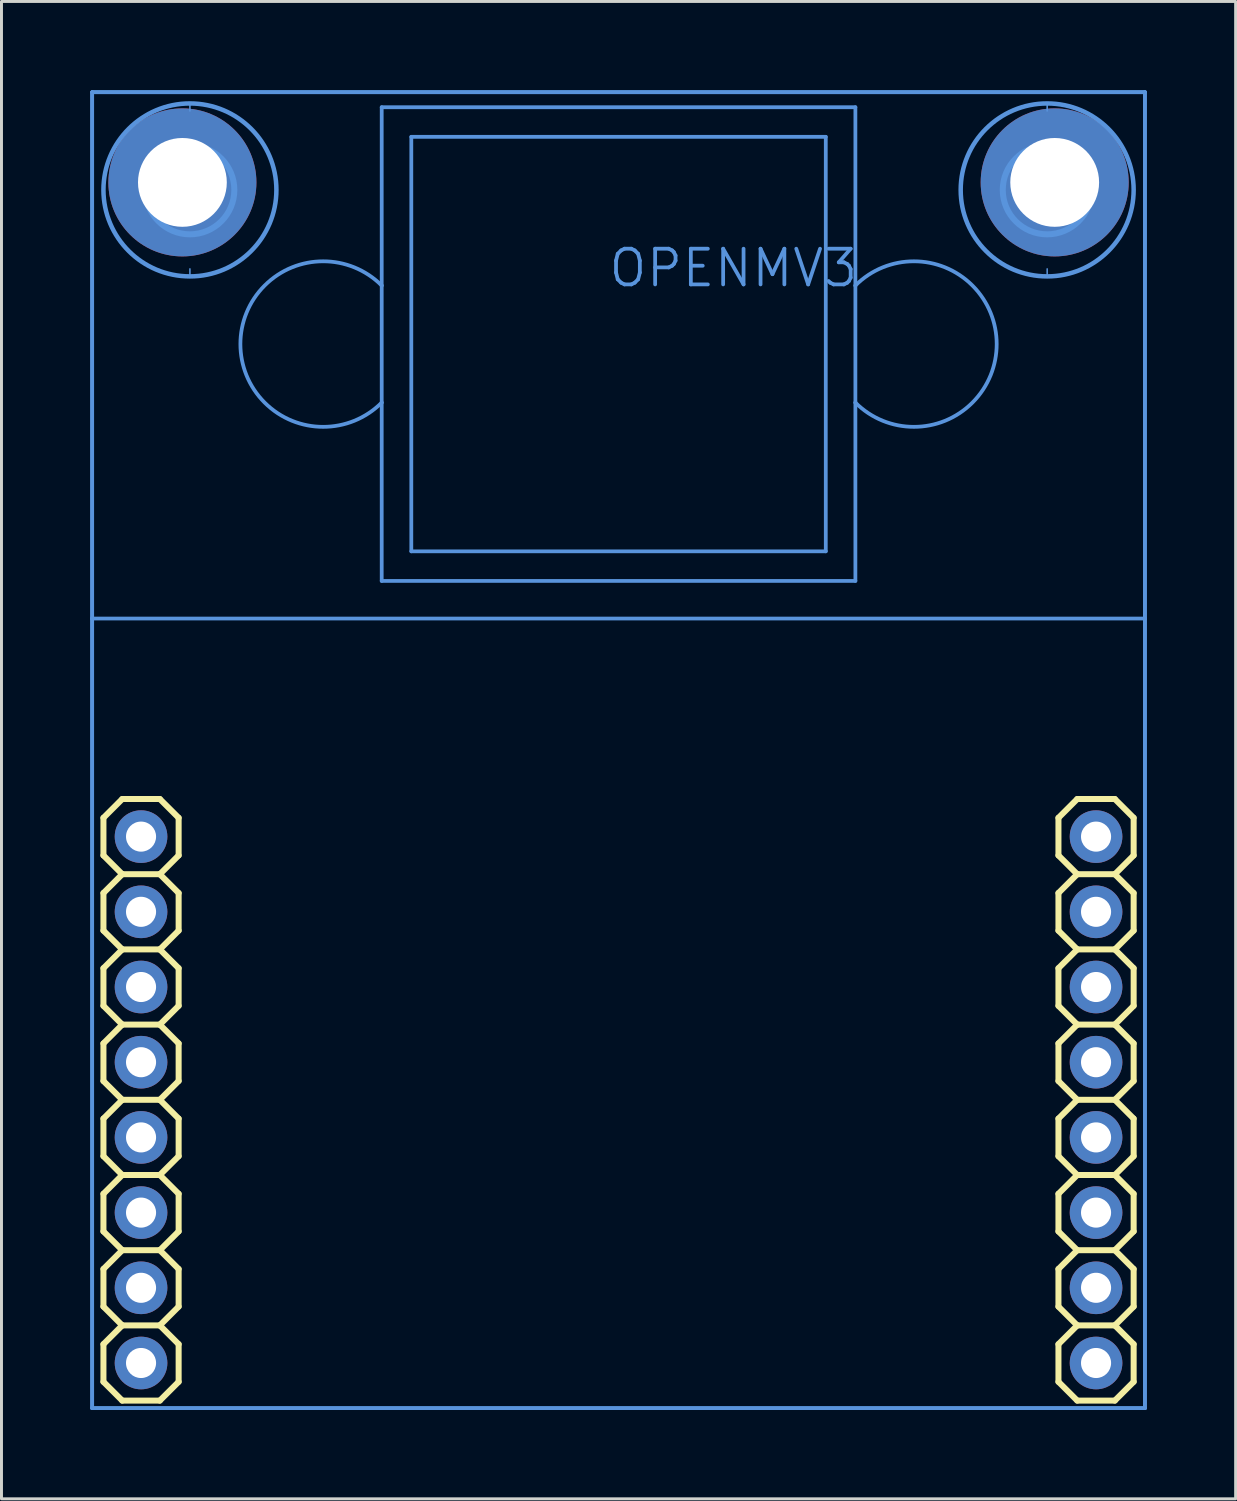
<source format=kicad_pcb>
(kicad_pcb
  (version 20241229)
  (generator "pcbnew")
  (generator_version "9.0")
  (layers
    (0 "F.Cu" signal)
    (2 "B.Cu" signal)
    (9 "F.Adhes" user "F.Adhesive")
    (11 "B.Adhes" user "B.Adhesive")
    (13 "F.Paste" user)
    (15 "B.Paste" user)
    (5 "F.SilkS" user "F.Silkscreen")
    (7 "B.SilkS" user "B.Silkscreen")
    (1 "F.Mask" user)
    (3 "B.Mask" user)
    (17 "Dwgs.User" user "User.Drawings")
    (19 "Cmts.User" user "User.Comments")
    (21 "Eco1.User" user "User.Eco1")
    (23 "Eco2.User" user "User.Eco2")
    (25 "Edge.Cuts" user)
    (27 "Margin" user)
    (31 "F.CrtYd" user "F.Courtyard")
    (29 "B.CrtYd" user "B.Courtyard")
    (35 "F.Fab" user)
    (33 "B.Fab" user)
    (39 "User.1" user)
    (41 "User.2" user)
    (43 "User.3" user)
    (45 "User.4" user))
  (footprint "OPENMV3"
    (layer "F.Cu")
    (at 32.575 3.111)
    (property "Reference" "OPENMV3" (at -15.13 3.6 0) (layer "Cmts.User") (effects (font (size 1.206 1.206) (thickness 0.127)) (justify left bottom)))
    (attr through_hole)
    (fp_line (start -32.131 21.463) (end -32.131 22.733) (stroke (width 0.203) (type solid)) (layer "F.SilkS"))
    (fp_line (start -32.131 22.733) (end -31.496 23.368) (stroke (width 0.203) (type solid)) (layer "F.SilkS"))
    (fp_line (start -32.131 24.003) (end -32.131 25.273) (stroke (width 0.203) (type solid)) (layer "F.SilkS"))
    (fp_line (start -32.131 25.273) (end -31.496 25.908) (stroke (width 0.203) (type solid)) (layer "F.SilkS"))
    (fp_line (start -32.131 26.543) (end -32.131 27.813) (stroke (width 0.203) (type solid)) (layer "F.SilkS"))
    (fp_line (start -32.131 27.813) (end -31.496 28.448) (stroke (width 0.203) (type solid)) (layer "F.SilkS"))
    (fp_line (start -32.131 29.083) (end -32.131 30.353) (stroke (width 0.203) (type solid)) (layer "F.SilkS"))
    (fp_line (start -32.131 30.353) (end -31.496 30.988) (stroke (width 0.203) (type solid)) (layer "F.SilkS"))
    (fp_line (start -32.131 31.623) (end -32.131 32.893) (stroke (width 0.203) (type solid)) (layer "F.SilkS"))
    (fp_line (start -32.131 32.893) (end -31.496 33.528) (stroke (width 0.203) (type solid)) (layer "F.SilkS"))
    (fp_line (start -32.131 34.163) (end -32.131 35.433) (stroke (width 0.203) (type solid)) (layer "F.SilkS"))
    (fp_line (start -32.131 35.433) (end -31.496 36.068) (stroke (width 0.203) (type solid)) (layer "F.SilkS"))
    (fp_line (start -32.131 36.703) (end -32.131 37.973) (stroke (width 0.203) (type solid)) (layer "F.SilkS"))
    (fp_line (start -32.131 37.973) (end -31.496 38.608) (stroke (width 0.203) (type solid)) (layer "F.SilkS"))
    (fp_line (start -32.131 39.243) (end -32.131 40.513) (stroke (width 0.203) (type solid)) (layer "F.SilkS"))
    (fp_line (start -32.131 40.513) (end -31.496 41.148) (stroke (width 0.203) (type solid)) (layer "F.SilkS"))
    (fp_line (start -31.496 20.828) (end -32.131 21.463) (stroke (width 0.203) (type solid)) (layer "F.SilkS"))
    (fp_line (start -31.496 20.828) (end -30.226 20.828) (stroke (width 0.203) (type solid)) (layer "F.SilkS"))
    (fp_line (start -31.496 23.368) (end -32.131 24.003) (stroke (width 0.203) (type solid)) (layer "F.SilkS"))
    (fp_line (start -31.496 25.908) (end -32.131 26.543) (stroke (width 0.203) (type solid)) (layer "F.SilkS"))
    (fp_line (start -31.496 28.448) (end -32.131 29.083) (stroke (width 0.203) (type solid)) (layer "F.SilkS"))
    (fp_line (start -31.496 30.988) (end -32.131 31.623) (stroke (width 0.203) (type solid)) (layer "F.SilkS"))
    (fp_line (start -31.496 33.528) (end -32.131 34.163) (stroke (width 0.203) (type solid)) (layer "F.SilkS"))
    (fp_line (start -31.496 36.068) (end -32.131 36.703) (stroke (width 0.203) (type solid)) (layer "F.SilkS"))
    (fp_line (start -31.496 38.608) (end -32.131 39.243) (stroke (width 0.203) (type solid)) (layer "F.SilkS"))
    (fp_line (start -30.226 20.828) (end -29.591 21.463) (stroke (width 0.203) (type solid)) (layer "F.SilkS"))
    (fp_line (start -30.226 23.368) (end -31.496 23.368) (stroke (width 0.203) (type solid)) (layer "F.SilkS"))
    (fp_line (start -30.226 23.368) (end -29.591 24.003) (stroke (width 0.203) (type solid)) (layer "F.SilkS"))
    (fp_line (start -30.226 25.908) (end -31.496 25.908) (stroke (width 0.203) (type solid)) (layer "F.SilkS"))
    (fp_line (start -30.226 25.908) (end -29.591 26.543) (stroke (width 0.203) (type solid)) (layer "F.SilkS"))
    (fp_line (start -30.226 28.448) (end -31.496 28.448) (stroke (width 0.203) (type solid)) (layer "F.SilkS"))
    (fp_line (start -30.226 28.448) (end -29.591 29.083) (stroke (width 0.203) (type solid)) (layer "F.SilkS"))
    (fp_line (start -30.226 30.988) (end -31.496 30.988) (stroke (width 0.203) (type solid)) (layer "F.SilkS"))
    (fp_line (start -30.226 30.988) (end -29.591 31.623) (stroke (width 0.203) (type solid)) (layer "F.SilkS"))
    (fp_line (start -30.226 33.528) (end -31.496 33.528) (stroke (width 0.203) (type solid)) (layer "F.SilkS"))
    (fp_line (start -30.226 33.528) (end -29.591 34.163) (stroke (width 0.203) (type solid)) (layer "F.SilkS"))
    (fp_line (start -30.226 36.068) (end -31.496 36.068) (stroke (width 0.203) (type solid)) (layer "F.SilkS"))
    (fp_line (start -30.226 36.068) (end -29.591 36.703) (stroke (width 0.203) (type solid)) (layer "F.SilkS"))
    (fp_line (start -30.226 38.608) (end -31.496 38.608) (stroke (width 0.203) (type solid)) (layer "F.SilkS"))
    (fp_line (start -30.226 38.608) (end -29.591 39.243) (stroke (width 0.203) (type solid)) (layer "F.SilkS"))
    (fp_line (start -30.226 41.148) (end -31.496 41.148) (stroke (width 0.203) (type solid)) (layer "F.SilkS"))
    (fp_line (start -29.591 21.463) (end -29.591 22.733) (stroke (width 0.203) (type solid)) (layer "F.SilkS"))
    (fp_line (start -29.591 22.733) (end -30.226 23.368) (stroke (width 0.203) (type solid)) (layer "F.SilkS"))
    (fp_line (start -29.591 24.003) (end -29.591 25.273) (stroke (width 0.203) (type solid)) (layer "F.SilkS"))
    (fp_line (start -29.591 25.273) (end -30.226 25.908) (stroke (width 0.203) (type solid)) (layer "F.SilkS"))
    (fp_line (start -29.591 26.543) (end -29.591 27.813) (stroke (width 0.203) (type solid)) (layer "F.SilkS"))
    (fp_line (start -29.591 27.813) (end -30.226 28.448) (stroke (width 0.203) (type solid)) (layer "F.SilkS"))
    (fp_line (start -29.591 29.083) (end -29.591 30.353) (stroke (width 0.203) (type solid)) (layer "F.SilkS"))
    (fp_line (start -29.591 30.353) (end -30.226 30.988) (stroke (width 0.203) (type solid)) (layer "F.SilkS"))
    (fp_line (start -29.591 31.623) (end -29.591 32.893) (stroke (width 0.203) (type solid)) (layer "F.SilkS"))
    (fp_line (start -29.591 32.893) (end -30.226 33.528) (stroke (width 0.203) (type solid)) (layer "F.SilkS"))
    (fp_line (start -29.591 34.163) (end -29.591 35.433) (stroke (width 0.203) (type solid)) (layer "F.SilkS"))
    (fp_line (start -29.591 35.433) (end -30.226 36.068) (stroke (width 0.203) (type solid)) (layer "F.SilkS"))
    (fp_line (start -29.591 36.703) (end -29.591 37.973) (stroke (width 0.203) (type solid)) (layer "F.SilkS"))
    (fp_line (start -29.591 37.973) (end -30.226 38.608) (stroke (width 0.203) (type solid)) (layer "F.SilkS"))
    (fp_line (start -29.591 39.243) (end -29.591 40.513) (stroke (width 0.203) (type solid)) (layer "F.SilkS"))
    (fp_line (start -29.591 40.513) (end -30.226 41.148) (stroke (width 0.203) (type solid)) (layer "F.SilkS"))
    (fp_line (start 0.127 21.463) (end 0.127 22.733) (stroke (width 0.203) (type solid)) (layer "F.SilkS"))
    (fp_line (start 0.127 22.733) (end 0.762 23.368) (stroke (width 0.203) (type solid)) (layer "F.SilkS"))
    (fp_line (start 0.127 24.003) (end 0.127 25.273) (stroke (width 0.203) (type solid)) (layer "F.SilkS"))
    (fp_line (start 0.127 25.273) (end 0.762 25.908) (stroke (width 0.203) (type solid)) (layer "F.SilkS"))
    (fp_line (start 0.127 26.543) (end 0.127 27.813) (stroke (width 0.203) (type solid)) (layer "F.SilkS"))
    (fp_line (start 0.127 27.813) (end 0.762 28.448) (stroke (width 0.203) (type solid)) (layer "F.SilkS"))
    (fp_line (start 0.127 29.083) (end 0.127 30.353) (stroke (width 0.203) (type solid)) (layer "F.SilkS"))
    (fp_line (start 0.127 30.353) (end 0.762 30.988) (stroke (width 0.203) (type solid)) (layer "F.SilkS"))
    (fp_line (start 0.127 31.623) (end 0.127 32.893) (stroke (width 0.203) (type solid)) (layer "F.SilkS"))
    (fp_line (start 0.127 32.893) (end 0.762 33.528) (stroke (width 0.203) (type solid)) (layer "F.SilkS"))
    (fp_line (start 0.127 34.163) (end 0.127 35.433) (stroke (width 0.203) (type solid)) (layer "F.SilkS"))
    (fp_line (start 0.127 35.433) (end 0.762 36.068) (stroke (width 0.203) (type solid)) (layer "F.SilkS"))
    (fp_line (start 0.127 36.703) (end 0.127 37.973) (stroke (width 0.203) (type solid)) (layer "F.SilkS"))
    (fp_line (start 0.127 37.973) (end 0.762 38.608) (stroke (width 0.203) (type solid)) (layer "F.SilkS"))
    (fp_line (start 0.127 39.243) (end 0.127 40.513) (stroke (width 0.203) (type solid)) (layer "F.SilkS"))
    (fp_line (start 0.127 40.513) (end 0.762 41.148) (stroke (width 0.203) (type solid)) (layer "F.SilkS"))
    (fp_line (start 0.762 20.828) (end 0.127 21.463) (stroke (width 0.203) (type solid)) (layer "F.SilkS"))
    (fp_line (start 0.762 20.828) (end 2.032 20.828) (stroke (width 0.203) (type solid)) (layer "F.SilkS"))
    (fp_line (start 0.762 23.368) (end 0.127 24.003) (stroke (width 0.203) (type solid)) (layer "F.SilkS"))
    (fp_line (start 0.762 25.908) (end 0.127 26.543) (stroke (width 0.203) (type solid)) (layer "F.SilkS"))
    (fp_line (start 0.762 28.448) (end 0.127 29.083) (stroke (width 0.203) (type solid)) (layer "F.SilkS"))
    (fp_line (start 0.762 30.988) (end 0.127 31.623) (stroke (width 0.203) (type solid)) (layer "F.SilkS"))
    (fp_line (start 0.762 33.528) (end 0.127 34.163) (stroke (width 0.203) (type solid)) (layer "F.SilkS"))
    (fp_line (start 0.762 36.068) (end 0.127 36.703) (stroke (width 0.203) (type solid)) (layer "F.SilkS"))
    (fp_line (start 0.762 38.608) (end 0.127 39.243) (stroke (width 0.203) (type solid)) (layer "F.SilkS"))
    (fp_line (start 2.032 20.828) (end 2.667 21.463) (stroke (width 0.203) (type solid)) (layer "F.SilkS"))
    (fp_line (start 2.032 23.368) (end 0.762 23.368) (stroke (width 0.203) (type solid)) (layer "F.SilkS"))
    (fp_line (start 2.032 23.368) (end 2.667 24.003) (stroke (width 0.203) (type solid)) (layer "F.SilkS"))
    (fp_line (start 2.032 25.908) (end 0.762 25.908) (stroke (width 0.203) (type solid)) (layer "F.SilkS"))
    (fp_line (start 2.032 25.908) (end 2.667 26.543) (stroke (width 0.203) (type solid)) (layer "F.SilkS"))
    (fp_line (start 2.032 28.448) (end 0.762 28.448) (stroke (width 0.203) (type solid)) (layer "F.SilkS"))
    (fp_line (start 2.032 28.448) (end 2.667 29.083) (stroke (width 0.203) (type solid)) (layer "F.SilkS"))
    (fp_line (start 2.032 30.988) (end 0.762 30.988) (stroke (width 0.203) (type solid)) (layer "F.SilkS"))
    (fp_line (start 2.032 30.988) (end 2.667 31.623) (stroke (width 0.203) (type solid)) (layer "F.SilkS"))
    (fp_line (start 2.032 33.528) (end 0.762 33.528) (stroke (width 0.203) (type solid)) (layer "F.SilkS"))
    (fp_line (start 2.032 33.528) (end 2.667 34.163) (stroke (width 0.203) (type solid)) (layer "F.SilkS"))
    (fp_line (start 2.032 36.068) (end 0.762 36.068) (stroke (width 0.203) (type solid)) (layer "F.SilkS"))
    (fp_line (start 2.032 36.068) (end 2.667 36.703) (stroke (width 0.203) (type solid)) (layer "F.SilkS"))
    (fp_line (start 2.032 38.608) (end 0.762 38.608) (stroke (width 0.203) (type solid)) (layer "F.SilkS"))
    (fp_line (start 2.032 38.608) (end 2.667 39.243) (stroke (width 0.203) (type solid)) (layer "F.SilkS"))
    (fp_line (start 2.032 41.148) (end 0.762 41.148) (stroke (width 0.203) (type solid)) (layer "F.SilkS"))
    (fp_line (start 2.667 21.463) (end 2.667 22.733) (stroke (width 0.203) (type solid)) (layer "F.SilkS"))
    (fp_line (start 2.667 22.733) (end 2.032 23.368) (stroke (width 0.203) (type solid)) (layer "F.SilkS"))
    (fp_line (start 2.667 24.003) (end 2.667 25.273) (stroke (width 0.203) (type solid)) (layer "F.SilkS"))
    (fp_line (start 2.667 25.273) (end 2.032 25.908) (stroke (width 0.203) (type solid)) (layer "F.SilkS"))
    (fp_line (start 2.667 26.543) (end 2.667 27.813) (stroke (width 0.203) (type solid)) (layer "F.SilkS"))
    (fp_line (start 2.667 27.813) (end 2.032 28.448) (stroke (width 0.203) (type solid)) (layer "F.SilkS"))
    (fp_line (start 2.667 29.083) (end 2.667 30.353) (stroke (width 0.203) (type solid)) (layer "F.SilkS"))
    (fp_line (start 2.667 30.353) (end 2.032 30.988) (stroke (width 0.203) (type solid)) (layer "F.SilkS"))
    (fp_line (start 2.667 31.623) (end 2.667 32.893) (stroke (width 0.203) (type solid)) (layer "F.SilkS"))
    (fp_line (start 2.667 32.893) (end 2.032 33.528) (stroke (width 0.203) (type solid)) (layer "F.SilkS"))
    (fp_line (start 2.667 34.163) (end 2.667 35.433) (stroke (width 0.203) (type solid)) (layer "F.SilkS"))
    (fp_line (start 2.667 35.433) (end 2.032 36.068) (stroke (width 0.203) (type solid)) (layer "F.SilkS"))
    (fp_line (start 2.667 36.703) (end 2.667 37.973) (stroke (width 0.203) (type solid)) (layer "F.SilkS"))
    (fp_line (start 2.667 37.973) (end 2.032 38.608) (stroke (width 0.203) (type solid)) (layer "F.SilkS"))
    (fp_line (start 2.667 39.243) (end 2.667 40.513) (stroke (width 0.203) (type solid)) (layer "F.SilkS"))
    (fp_line (start 2.667 40.513) (end 2.032 41.148) (stroke (width 0.203) (type solid)) (layer "F.SilkS"))
    (fp_line (start -32.512 -3.048) (end 3.048 -3.048) (stroke (width 0.127) (type solid)) (layer "Cmts.User"))
    (fp_line (start -32.512 -3.048) (end 3.048 -3.048) (stroke (width 0.127) (type solid)) (layer "Cmts.User"))
    (fp_line (start -32.512 14.732) (end -32.512 -3.048) (stroke (width 0.127) (type solid)) (layer "Cmts.User"))
    (fp_line (start -32.512 14.732) (end -32.512 -3.048) (stroke (width 0.127) (type solid)) (layer "Cmts.User"))
    (fp_line (start -32.512 14.732) (end 3.048 14.732) (stroke (width 0.127) (type solid)) (layer "Cmts.User"))
    (fp_line (start -32.512 41.402) (end -32.512 14.732) (stroke (width 0.127) (type solid)) (layer "Cmts.User"))
    (fp_line (start -32.512 41.402) (end -32.512 14.732) (stroke (width 0.127) (type solid)) (layer "Cmts.User"))
    (fp_line (start -29.21 -2.667) (end -29.21 -2.413) (stroke (width 0.051) (type solid)) (layer "Cmts.User"))
    (fp_line (start -29.21 2.921) (end -29.21 3.175) (stroke (width 0.051) (type solid)) (layer "Cmts.User"))
    (fp_line (start -22.732 -2.539) (end -6.732 -2.539) (stroke (width 0.127) (type solid)) (layer "Cmts.User"))
    (fp_line (start -22.732 3.484) (end -22.732 -2.539) (stroke (width 0.127) (type solid)) (layer "Cmts.User"))
    (fp_line (start -22.732 7.438) (end -22.732 3.484) (stroke (width 0.127) (type solid)) (layer "Cmts.User"))
    (fp_line (start -22.732 13.461) (end -22.732 7.438) (stroke (width 0.127) (type solid)) (layer "Cmts.User"))
    (fp_line (start -21.732 -1.539) (end -21.732 12.461) (stroke (width 0.127) (type solid)) (layer "Cmts.User"))
    (fp_line (start -21.732 12.461) (end -7.732 12.461) (stroke (width 0.127) (type solid)) (layer "Cmts.User"))
    (fp_line (start -7.732 -1.539) (end -21.732 -1.539) (stroke (width 0.127) (type solid)) (layer "Cmts.User"))
    (fp_line (start -7.732 12.461) (end -7.732 -1.539) (stroke (width 0.127) (type solid)) (layer "Cmts.User"))
    (fp_line (start -6.732 -2.539) (end -6.732 3.484) (stroke (width 0.127) (type solid)) (layer "Cmts.User"))
    (fp_line (start -6.732 3.484) (end -6.732 7.438) (stroke (width 0.127) (type solid)) (layer "Cmts.User"))
    (fp_line (start -6.732 7.438) (end -6.732 13.461) (stroke (width 0.127) (type solid)) (layer "Cmts.User"))
    (fp_line (start -6.732 13.461) (end -22.732 13.461) (stroke (width 0.127) (type solid)) (layer "Cmts.User"))
    (fp_line (start -0.254 -2.667) (end -0.254 -2.413) (stroke (width 0.051) (type solid)) (layer "Cmts.User"))
    (fp_line (start -0.254 2.921) (end -0.254 3.175) (stroke (width 0.051) (type solid)) (layer "Cmts.User"))
    (fp_line (start 3.048 -3.048) (end 3.048 14.732) (stroke (width 0.127) (type solid)) (layer "Cmts.User"))
    (fp_line (start 3.048 -3.048) (end 3.048 14.732) (stroke (width 0.127) (type solid)) (layer "Cmts.User"))
    (fp_line (start 3.048 14.732) (end 3.048 41.402) (stroke (width 0.127) (type solid)) (layer "Cmts.User"))
    (fp_line (start 3.048 14.732) (end 3.048 41.402) (stroke (width 0.127) (type solid)) (layer "Cmts.User"))
    (fp_line (start 3.048 41.402) (end -32.512 41.402) (stroke (width 0.127) (type solid)) (layer "Cmts.User"))
    (fp_line (start 3.048 41.402) (end -32.512 41.402) (stroke (width 0.127) (type solid)) (layer "Cmts.User"))
    (fp_arc (start -22.732 7.438) (mid -27.5049 5.461) (end -22.732 3.484) (stroke (width 0.127) (type solid)) (layer "Cmts.User"))
    (fp_arc (start -6.732 3.484) (mid -1.9591 5.461) (end -6.732 7.438) (stroke (width 0.127) (type solid)) (layer "Cmts.User"))
    (fp_circle (center -29.21 0.254) (end -27.71 0.254) (stroke (width 0.203) (type solid)) (fill no) (layer "Cmts.User"))
    (fp_circle (center -29.21 0.254) (end -26.289 0.254) (stroke (width 0.152) (type solid)) (fill no) (layer "Cmts.User"))
    (fp_circle (center -0.254 0.254) (end 1.246 0.254) (stroke (width 0.203) (type solid)) (fill no) (layer "Cmts.User"))
    (fp_circle (center -0.254 0.254) (end 2.667 0.254) (stroke (width 0.152) (type solid)) (fill no) (layer "Cmts.User"))
    (pad "11" thru_hole circle (at -30.861 22.098 270) (size 1.778 1.778) (drill 1.016) (layers "*.Cu" "*.Mask"))
    (pad "12" thru_hole circle (at -30.861 24.638 270) (size 1.778 1.778) (drill 1.016) (layers "*.Cu" "*.Mask"))
    (pad "13" thru_hole circle (at -30.861 27.178 270) (size 1.778 1.778) (drill 1.016) (layers "*.Cu" "*.Mask"))
    (pad "14" thru_hole circle (at -30.861 29.718 270) (size 1.778 1.778) (drill 1.016) (layers "*.Cu" "*.Mask"))
    (pad "15" thru_hole circle (at -30.861 32.258 270) (size 1.778 1.778) (drill 1.016) (layers "*.Cu" "*.Mask"))
    (pad "16" thru_hole circle (at -30.861 34.798 270) (size 1.778 1.778) (drill 1.016) (layers "*.Cu" "*.Mask"))
    (pad "17" thru_hole circle (at -30.861 37.338 270) (size 1.778 1.778) (drill 1.016) (layers "*.Cu" "*.Mask"))
    (pad "18" thru_hole circle (at -30.861 39.878 270) (size 1.778 1.778) (drill 1.016) (layers "*.Cu" "*.Mask"))
    (pad "21" thru_hole circle (at 1.397 22.098 270) (size 1.778 1.778) (drill 1.016) (layers "*.Cu" "*.Mask"))
    (pad "22" thru_hole circle (at 1.397 24.638 270) (size 1.778 1.778) (drill 1.016) (layers "*.Cu" "*.Mask"))
    (pad "23" thru_hole circle (at 1.397 27.178 270) (size 1.778 1.778) (drill 1.016) (layers "*.Cu" "*.Mask"))
    (pad "24" thru_hole circle (at 1.397 29.718 270) (size 1.778 1.778) (drill 1.016) (layers "*.Cu" "*.Mask"))
    (pad "25" thru_hole circle (at 1.397 32.258 270) (size 1.778 1.778) (drill 1.016) (layers "*.Cu" "*.Mask"))
    (pad "26" thru_hole circle (at 1.397 34.798 270) (size 1.778 1.778) (drill 1.016) (layers "*.Cu" "*.Mask"))
    (pad "27" thru_hole circle (at 1.397 37.338 270) (size 1.778 1.778) (drill 1.016) (layers "*.Cu" "*.Mask"))
    (pad "28" thru_hole circle (at 1.397 39.878 270) (size 1.778 1.778) (drill 1.016) (layers "*.Cu" "*.Mask"))
    (pad "MH" thru_hole circle (at -29.464 0) (size 5 5) (drill 3) (layers "*.Cu" "*.Mask"))
    (pad "MH" thru_hole circle (at 0 0 270) (size 5 5) (drill 3) (layers "*.Cu" "*.Mask")))
  (gr_rect
    (start -3 -3)
    (end 38.687 47.577)
    (stroke (width 0.1) (type default))
    (fill no)
    (layer "Edge.Cuts")))
</source>
